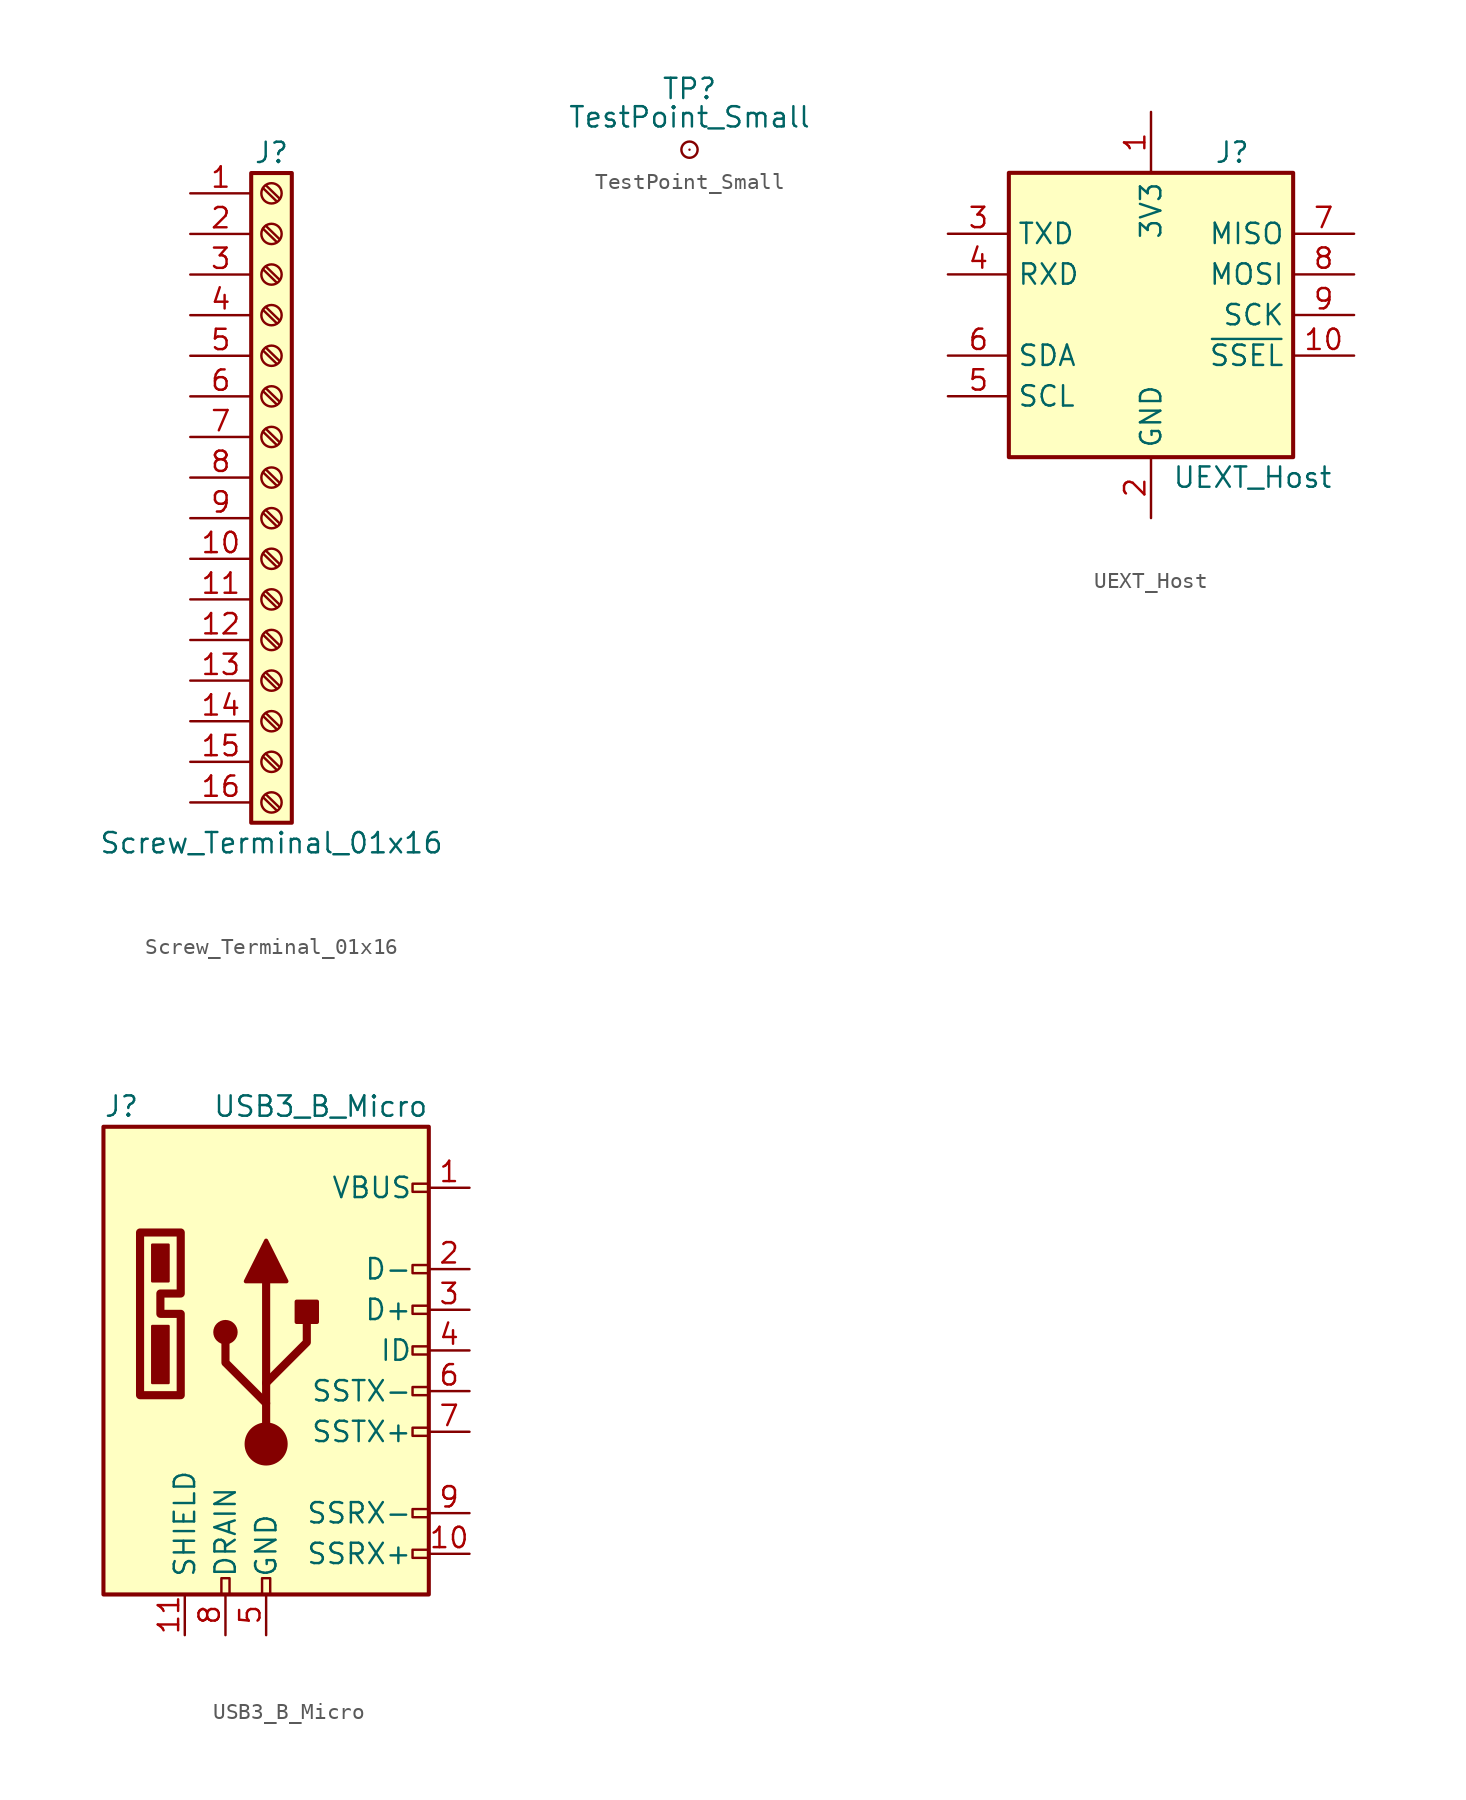
<source format=kicad_sym>
(kicad_symbol_lib
  (version 20241209)
  (generator "kicad_symbol_editor")
  (generator_version "9.0")
  (symbol "Screw_Terminal_01x16"
    (pin_names
      (offset 1.016)
      (hide yes))
    (property "Reference" "J"
      (at 0 20.32 0)
      (effects (font (size 1.27 1.27))))
    (property "Value" "Screw_Terminal_01x16"
      (at 0 -22.86 0)
      (effects (font (size 1.27 1.27))))
    (symbol "Screw_Terminal_01x16_1_1"
      (rectangle (start -1.27 19.05) (end 1.27 -21.59) (stroke (width 0.254) (type default)) (fill (type background)))
      (polyline (pts (xy -0.533 18.11) (xy 0.33 17.272)) (stroke (width 0.152) (type default)) (fill (type none)))
      (polyline (pts (xy -0.533 15.57) (xy 0.33 14.732)) (stroke (width 0.152) (type default)) (fill (type none)))
      (polyline (pts (xy -0.533 13.03) (xy 0.33 12.192)) (stroke (width 0.152) (type default)) (fill (type none)))
      (polyline (pts (xy -0.533 10.49) (xy 0.33 9.652)) (stroke (width 0.152) (type default)) (fill (type none)))
      (polyline (pts (xy -0.533 7.95) (xy 0.33 7.112)) (stroke (width 0.152) (type default)) (fill (type none)))
      (polyline (pts (xy -0.533 5.41) (xy 0.33 4.572)) (stroke (width 0.152) (type default)) (fill (type none)))
      (polyline (pts (xy -0.533 2.87) (xy 0.33 2.032)) (stroke (width 0.152) (type default)) (fill (type none)))
      (polyline (pts (xy -0.533 0.33) (xy 0.33 -0.508)) (stroke (width 0.152) (type default)) (fill (type none)))
      (polyline (pts (xy -0.533 -2.21) (xy 0.33 -3.048)) (stroke (width 0.152) (type default)) (fill (type none)))
      (polyline (pts (xy -0.533 -4.75) (xy 0.33 -5.588)) (stroke (width 0.152) (type default)) (fill (type none)))
      (polyline (pts (xy -0.533 -7.29) (xy 0.33 -8.128)) (stroke (width 0.152) (type default)) (fill (type none)))
      (polyline (pts (xy -0.533 -9.83) (xy 0.33 -10.668)) (stroke (width 0.152) (type default)) (fill (type none)))
      (polyline (pts (xy -0.533 -12.37) (xy 0.33 -13.208)) (stroke (width 0.152) (type default)) (fill (type none)))
      (polyline (pts (xy -0.533 -14.91) (xy 0.33 -15.748)) (stroke (width 0.152) (type default)) (fill (type none)))
      (polyline (pts (xy -0.533 -17.45) (xy 0.33 -18.288)) (stroke (width 0.152) (type default)) (fill (type none)))
      (polyline (pts (xy -0.533 -19.99) (xy 0.33 -20.828)) (stroke (width 0.152) (type default)) (fill (type none)))
      (polyline (pts (xy -0.356 18.288) (xy 0.508 17.45)) (stroke (width 0.152) (type default)) (fill (type none)))
      (polyline (pts (xy -0.356 15.748) (xy 0.508 14.91)) (stroke (width 0.152) (type default)) (fill (type none)))
      (polyline (pts (xy -0.356 13.208) (xy 0.508 12.37)) (stroke (width 0.152) (type default)) (fill (type none)))
      (polyline (pts (xy -0.356 10.668) (xy 0.508 9.83)) (stroke (width 0.152) (type default)) (fill (type none)))
      (polyline (pts (xy -0.356 8.128) (xy 0.508 7.29)) (stroke (width 0.152) (type default)) (fill (type none)))
      (polyline (pts (xy -0.356 5.588) (xy 0.508 4.75)) (stroke (width 0.152) (type default)) (fill (type none)))
      (polyline (pts (xy -0.356 3.048) (xy 0.508 2.21)) (stroke (width 0.152) (type default)) (fill (type none)))
      (polyline (pts (xy -0.356 0.508) (xy 0.508 -0.33)) (stroke (width 0.152) (type default)) (fill (type none)))
      (polyline (pts (xy -0.356 -2.032) (xy 0.508 -2.87)) (stroke (width 0.152) (type default)) (fill (type none)))
      (polyline (pts (xy -0.356 -4.572) (xy 0.508 -5.41)) (stroke (width 0.152) (type default)) (fill (type none)))
      (polyline (pts (xy -0.356 -7.112) (xy 0.508 -7.95)) (stroke (width 0.152) (type default)) (fill (type none)))
      (polyline (pts (xy -0.356 -9.652) (xy 0.508 -10.49)) (stroke (width 0.152) (type default)) (fill (type none)))
      (polyline (pts (xy -0.356 -12.192) (xy 0.508 -13.03)) (stroke (width 0.152) (type default)) (fill (type none)))
      (polyline (pts (xy -0.356 -14.732) (xy 0.508 -15.57)) (stroke (width 0.152) (type default)) (fill (type none)))
      (polyline (pts (xy -0.356 -17.272) (xy 0.508 -18.11)) (stroke (width 0.152) (type default)) (fill (type none)))
      (polyline (pts (xy -0.356 -19.812) (xy 0.508 -20.65)) (stroke (width 0.152) (type default)) (fill (type none)))
      (circle (center 0 17.78) (radius 0.635) (stroke (width 0.152) (type default)) (fill (type none)))
      (circle (center 0 15.24) (radius 0.635) (stroke (width 0.152) (type default)) (fill (type none)))
      (circle (center 0 12.7) (radius 0.635) (stroke (width 0.152) (type default)) (fill (type none)))
      (circle (center 0 10.16) (radius 0.635) (stroke (width 0.152) (type default)) (fill (type none)))
      (circle (center 0 7.62) (radius 0.635) (stroke (width 0.152) (type default)) (fill (type none)))
      (circle (center 0 5.08) (radius 0.635) (stroke (width 0.152) (type default)) (fill (type none)))
      (circle (center 0 2.54) (radius 0.635) (stroke (width 0.152) (type default)) (fill (type none)))
      (circle (center 0 0) (radius 0.635) (stroke (width 0.152) (type default)) (fill (type none)))
      (circle (center 0 -2.54) (radius 0.635) (stroke (width 0.152) (type default)) (fill (type none)))
      (circle (center 0 -5.08) (radius 0.635) (stroke (width 0.152) (type default)) (fill (type none)))
      (circle (center 0 -7.62) (radius 0.635) (stroke (width 0.152) (type default)) (fill (type none)))
      (circle (center 0 -10.16) (radius 0.635) (stroke (width 0.152) (type default)) (fill (type none)))
      (circle (center 0 -12.7) (radius 0.635) (stroke (width 0.152) (type default)) (fill (type none)))
      (circle (center 0 -15.24) (radius 0.635) (stroke (width 0.152) (type default)) (fill (type none)))
      (circle (center 0 -17.78) (radius 0.635) (stroke (width 0.152) (type default)) (fill (type none)))
      (circle (center 0 -20.32) (radius 0.635) (stroke (width 0.152) (type default)) (fill (type none)))
      (pin passive line (at -5.08 17.78 0) (length 3.81) (name "Pin_1" (effects (font (size 1.27 1.27)))) (number "1" (effects (font (size 1.27 1.27)))))
      (pin passive line (at -5.08 15.24 0) (length 3.81) (name "Pin_2" (effects (font (size 1.27 1.27)))) (number "2" (effects (font (size 1.27 1.27)))))
      (pin passive line (at -5.08 12.7 0) (length 3.81) (name "Pin_3" (effects (font (size 1.27 1.27)))) (number "3" (effects (font (size 1.27 1.27)))))
      (pin passive line (at -5.08 10.16 0) (length 3.81) (name "Pin_4" (effects (font (size 1.27 1.27)))) (number "4" (effects (font (size 1.27 1.27)))))
      (pin passive line (at -5.08 7.62 0) (length 3.81) (name "Pin_5" (effects (font (size 1.27 1.27)))) (number "5" (effects (font (size 1.27 1.27)))))
      (pin passive line (at -5.08 5.08 0) (length 3.81) (name "Pin_6" (effects (font (size 1.27 1.27)))) (number "6" (effects (font (size 1.27 1.27)))))
      (pin passive line (at -5.08 2.54 0) (length 3.81) (name "Pin_7" (effects (font (size 1.27 1.27)))) (number "7" (effects (font (size 1.27 1.27)))))
      (pin passive line (at -5.08 0 0) (length 3.81) (name "Pin_8" (effects (font (size 1.27 1.27)))) (number "8" (effects (font (size 1.27 1.27)))))
      (pin passive line (at -5.08 -2.54 0) (length 3.81) (name "Pin_9" (effects (font (size 1.27 1.27)))) (number "9" (effects (font (size 1.27 1.27)))))
      (pin passive line (at -5.08 -5.08 0) (length 3.81) (name "Pin_10" (effects (font (size 1.27 1.27)))) (number "10" (effects (font (size 1.27 1.27)))))
      (pin passive line (at -5.08 -7.62 0) (length 3.81) (name "Pin_11" (effects (font (size 1.27 1.27)))) (number "11" (effects (font (size 1.27 1.27)))))
      (pin passive line (at -5.08 -10.16 0) (length 3.81) (name "Pin_12" (effects (font (size 1.27 1.27)))) (number "12" (effects (font (size 1.27 1.27)))))
      (pin passive line (at -5.08 -12.7 0) (length 3.81) (name "Pin_13" (effects (font (size 1.27 1.27)))) (number "13" (effects (font (size 1.27 1.27)))))
      (pin passive line (at -5.08 -15.24 0) (length 3.81) (name "Pin_14" (effects (font (size 1.27 1.27)))) (number "14" (effects (font (size 1.27 1.27)))))
      (pin passive line (at -5.08 -17.78 0) (length 3.81) (name "Pin_15" (effects (font (size 1.27 1.27)))) (number "15" (effects (font (size 1.27 1.27)))))
      (pin passive line (at -5.08 -20.32 0) (length 3.81) (name "Pin_16" (effects (font (size 1.27 1.27)))) (number "16" (effects (font (size 1.27 1.27)))))))
  (symbol "TestPoint_Small"
    (pin_numbers
      (hide yes))
    (pin_names
      (offset 0.762)
      (hide yes))
    (property "Reference" "TP"
      (at 0 3.81 0)
      (effects (font (size 1.27 1.27))))
    (property "Value" "TestPoint_Small"
      (at 0 2.032 0)
      (effects (font (size 1.27 1.27))))
    (symbol "TestPoint_Small_0_1"
      (circle (center 0 0) (radius 0.508) (stroke (width 0) (type default)) (fill (type none))))
    (symbol "TestPoint_Small_1_1"
      (pin passive line (at 0 0 90) (length 0) (name "1" (effects (font (size 1.27 1.27)))) (number "1" (effects (font (size 1.27 1.27)))))))
  (symbol "UEXT_Host"
    (property "Reference" "J"
      (at 5.08 10.16 0)
      (effects (font (size 1.27 1.27))))
    (property "Value" "UEXT_Host"
      (at 6.35 -10.16 0)
      (effects (font (size 1.27 1.27))))
    (symbol "UEXT_Host_1_1"
      (rectangle (start -8.89 8.89) (end 8.89 -8.89) (stroke (width 0.254) (type default)) (fill (type background)))
      (pin output line (at -12.7 5.08 0) (length 3.81) (name "TXD" (effects (font (size 1.27 1.27)))) (number "3" (effects (font (size 1.27 1.27)))))
      (pin input line (at -12.7 2.54 0) (length 3.81) (name "RXD" (effects (font (size 1.27 1.27)))) (number "4" (effects (font (size 1.27 1.27)))))
      (pin bidirectional line (at -12.7 -2.54 0) (length 3.81) (name "SDA" (effects (font (size 1.27 1.27)))) (number "6" (effects (font (size 1.27 1.27)))))
      (pin output line (at -12.7 -5.08 0) (length 3.81) (name "SCL" (effects (font (size 1.27 1.27)))) (number "5" (effects (font (size 1.27 1.27)))))
      (pin power_in line (at 0 12.7 270) (length 3.81) (name "3V3" (effects (font (size 1.27 1.27)))) (number "1" (effects (font (size 1.27 1.27)))))
      (pin power_in line (at 0 -12.7 90) (length 3.81) (name "GND" (effects (font (size 1.27 1.27)))) (number "2" (effects (font (size 1.27 1.27)))))
      (pin output line (at 12.7 5.08 180) (length 3.81) (name "MISO" (effects (font (size 1.27 1.27)))) (number "7" (effects (font (size 1.27 1.27)))))
      (pin input line (at 12.7 2.54 180) (length 3.81) (name "MOSI" (effects (font (size 1.27 1.27)))) (number "8" (effects (font (size 1.27 1.27)))))
      (pin output line (at 12.7 0 180) (length 3.81) (name "SCK" (effects (font (size 1.27 1.27)))) (number "9" (effects (font (size 1.27 1.27)))))
      (pin output line (at 12.7 -2.54 180) (length 3.81) (name "~{SSEL}" (effects (font (size 1.27 1.27)))) (number "10" (effects (font (size 1.27 1.27)))))))
  (symbol "USB3_B_Micro"
    (pin_names
      (offset 1.016))
    (property "Reference" "J"
      (at -10.16 15.24 0)
      (effects (font (size 1.27 1.27)) (justify left)))
    (property "Value" "USB3_B_Micro"
      (at 10.16 15.24 0)
      (effects (font (size 1.27 1.27)) (justify right)))
    (symbol "USB3_B_Micro_0_0"
      (rectangle (start -2.794 -15.24) (end -2.286 -14.224) (stroke (width 0) (type default)) (fill (type none)))
      (rectangle (start -0.254 -15.24) (end 0.254 -14.224) (stroke (width 0) (type default)) (fill (type none)))
      (rectangle (start 10.16 10.414) (end 9.144 9.906) (stroke (width 0) (type default)) (fill (type none)))
      (rectangle (start 10.16 5.334) (end 9.144 4.826) (stroke (width 0) (type default)) (fill (type none)))
      (rectangle (start 10.16 2.794) (end 9.144 2.286) (stroke (width 0) (type default)) (fill (type none)))
      (rectangle (start 10.16 0.254) (end 9.144 -0.254) (stroke (width 0) (type default)) (fill (type none)))
      (rectangle (start 10.16 -2.286) (end 9.144 -2.794) (stroke (width 0) (type default)) (fill (type none)))
      (rectangle (start 10.16 -4.826) (end 9.144 -5.334) (stroke (width 0) (type default)) (fill (type none)))
      (rectangle (start 10.16 -9.906) (end 9.144 -10.414) (stroke (width 0) (type default)) (fill (type none)))
      (rectangle (start 10.16 -12.446) (end 9.144 -12.954) (stroke (width 0) (type default)) (fill (type none))))
    (symbol "USB3_B_Micro_0_1"
      (rectangle (start -10.16 13.97) (end 10.16 -15.24) (stroke (width 0.254) (type default)) (fill (type background)))
      (polyline (pts (xy -7.874 7.366) (xy -7.874 -2.794) (xy -5.334 -2.794) (xy -5.334 2.286) (xy -6.604 2.286) (xy -6.604 3.556) (xy -5.334 3.556) (xy -5.334 7.366) (xy -7.874 7.366)) (stroke (width 0.508) (type default)) (fill (type none)))
      (rectangle (start -7.112 6.604) (end -6.096 4.318) (stroke (width 0) (type default)) (fill (type outline)))
      (rectangle (start -7.112 1.524) (end -6.096 -2.032) (stroke (width 0) (type default)) (fill (type outline))))
    (symbol "USB3_B_Micro_1_1"
      (circle (center -2.54 1.143) (radius 0.635) (stroke (width 0.254) (type default)) (fill (type outline)))
      (polyline (pts (xy -1.27 4.318) (xy 0 6.858) (xy 1.27 4.318) (xy -1.27 4.318)) (stroke (width 0.254) (type default)) (fill (type outline)))
      (polyline (pts (xy 0 -2.032) (xy 2.54 0.508) (xy 2.54 1.778)) (stroke (width 0.508) (type default)) (fill (type none)))
      (polyline (pts (xy 0 -3.302) (xy -2.54 -0.762) (xy -2.54 0.508)) (stroke (width 0.508) (type default)) (fill (type none)))
      (polyline (pts (xy 0 -5.842) (xy 0 4.318)) (stroke (width 0.508) (type default)) (fill (type none)))
      (circle (center 0 -5.842) (radius 1.27) (stroke (width 0) (type default)) (fill (type outline)))
      (rectangle (start 1.905 1.778) (end 3.175 3.048) (stroke (width 0.254) (type default)) (fill (type outline)))
      (pin passive line (at -5.08 -17.78 90) (length 2.54) (name "SHIELD" (effects (font (size 1.27 1.27)))) (number "11" (effects (font (size 1.27 1.27)))))
      (pin passive line (at -2.54 -17.78 90) (length 2.54) (name "DRAIN" (effects (font (size 1.27 1.27)))) (number "8" (effects (font (size 1.27 1.27)))))
      (pin power_out line (at 0 -17.78 90) (length 2.54) (name "GND" (effects (font (size 1.27 1.27)))) (number "5" (effects (font (size 1.27 1.27)))))
      (pin power_out line (at 12.7 10.16 180) (length 2.54) (name "VBUS" (effects (font (size 1.27 1.27)))) (number "1" (effects (font (size 1.27 1.27)))))
      (pin bidirectional line (at 12.7 5.08 180) (length 2.54) (name "D-" (effects (font (size 1.27 1.27)))) (number "2" (effects (font (size 1.27 1.27)))))
      (pin bidirectional line (at 12.7 2.54 180) (length 2.54) (name "D+" (effects (font (size 1.27 1.27)))) (number "3" (effects (font (size 1.27 1.27)))))
      (pin passive line (at 12.7 0 180) (length 2.54) (name "ID" (effects (font (size 1.27 1.27)))) (number "4" (effects (font (size 1.27 1.27)))))
      (pin output line (at 12.7 -2.54 180) (length 2.54) (name "SSTX-" (effects (font (size 1.27 1.27)))) (number "6" (effects (font (size 1.27 1.27)))))
      (pin output line (at 12.7 -5.08 180) (length 2.54) (name "SSTX+" (effects (font (size 1.27 1.27)))) (number "7" (effects (font (size 1.27 1.27)))))
      (pin input line (at 12.7 -10.16 180) (length 2.54) (name "SSRX-" (effects (font (size 1.27 1.27)))) (number "9" (effects (font (size 1.27 1.27)))))
      (pin input line (at 12.7 -12.7 180) (length 2.54) (name "SSRX+" (effects (font (size 1.27 1.27)))) (number "10" (effects (font (size 1.27 1.27))))))))
</source>
